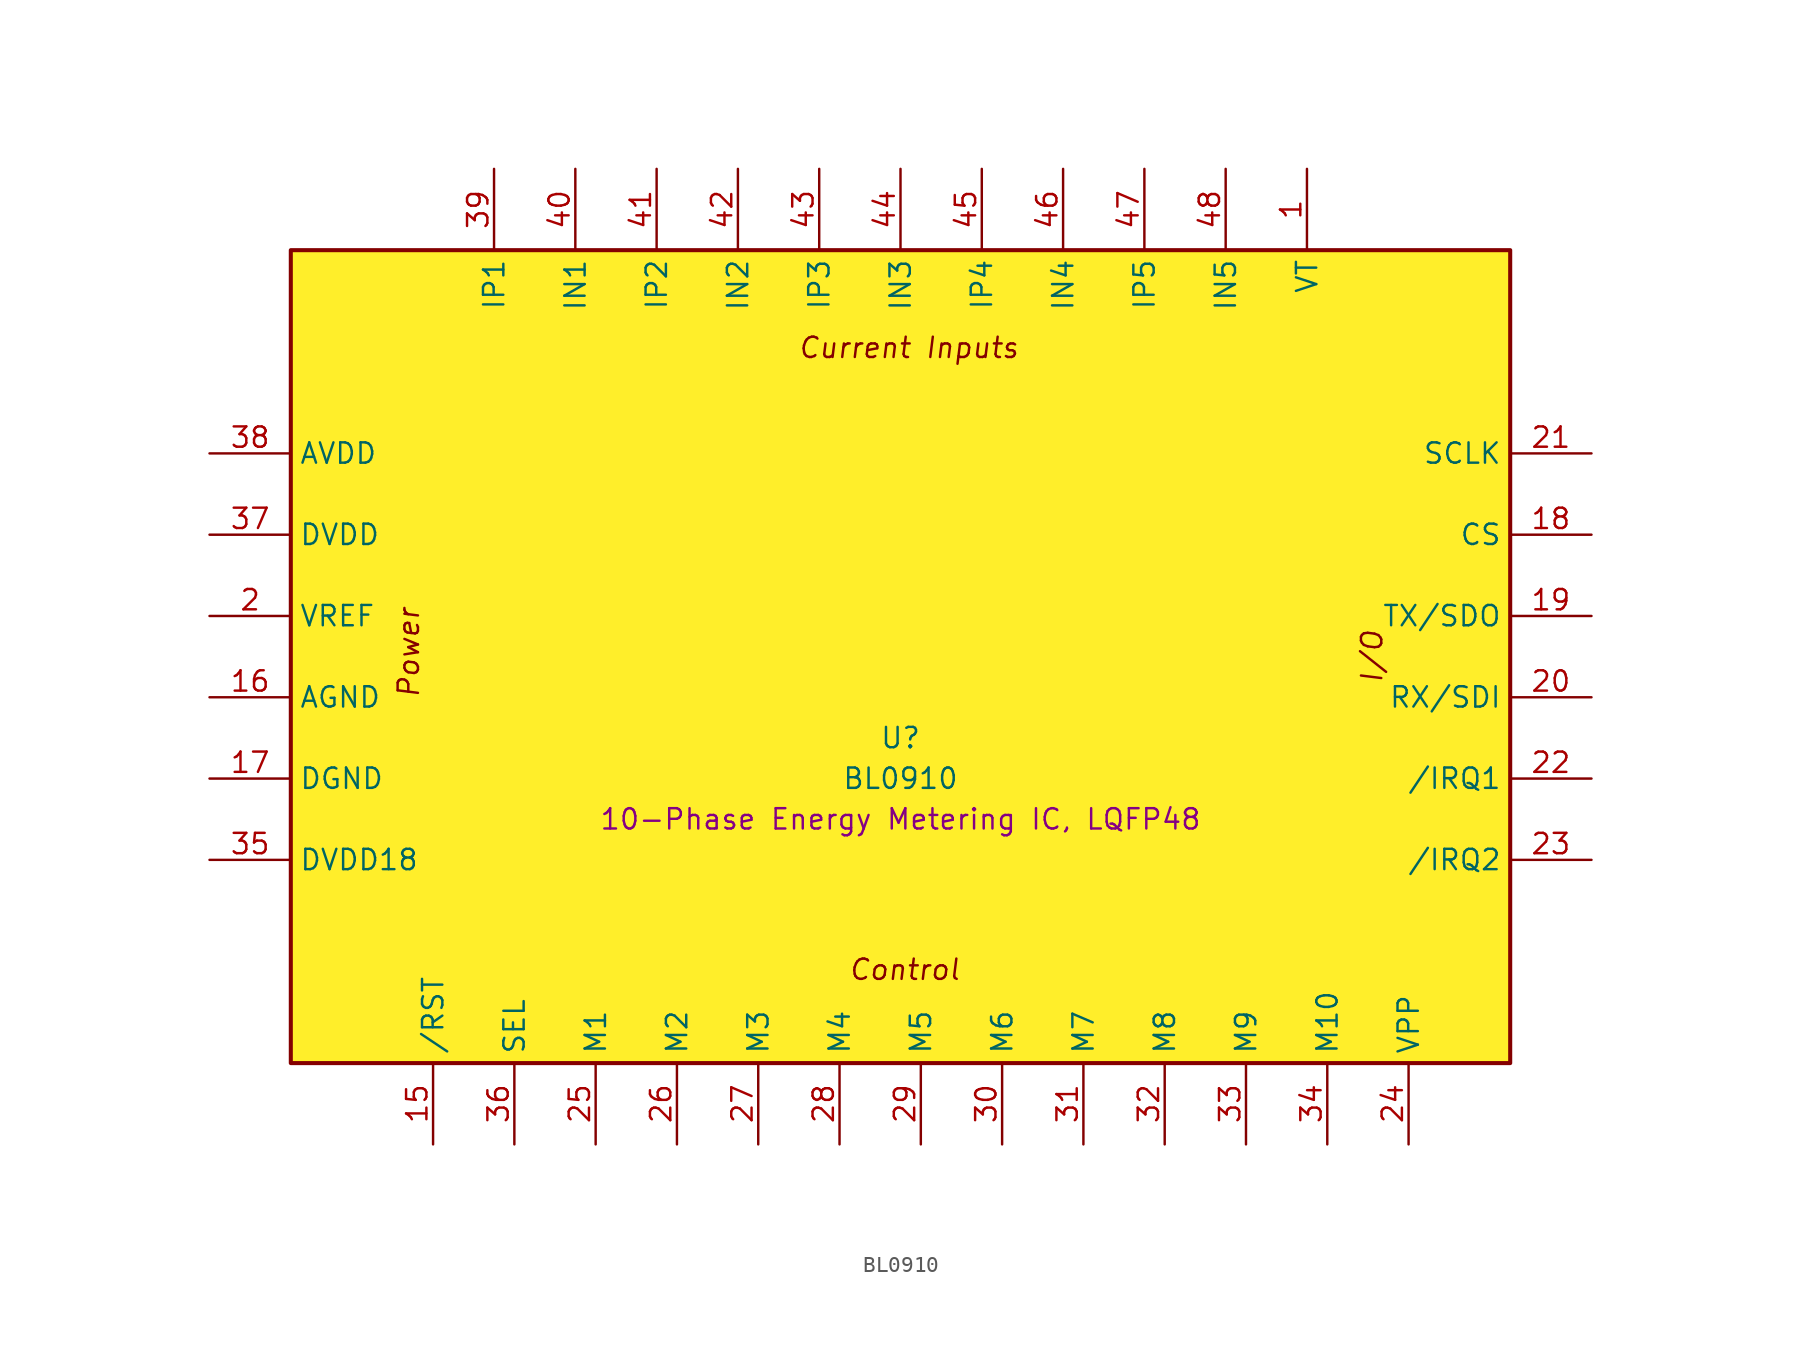
<source format=kicad_sym>
(kicad_symbol_lib
  (version 20241209)
  (generator "kicad_symbol_editor")
  (generator_version "9.0")
  (symbol "BL0910"
    (property "Reference" "U"
      (at 0 -5.08 0)
      (effects (font (size 1.27 1.27))))
    (property "Value" "BL0910"
      (at 0 -7.62 0)
      (effects (font (size 1.27 1.27))))
    (property "Description" "10-Phase Energy Metering IC, LQFP48"
      (at 0 -10.16 0)
      (effects (font (size 1.27 1.27))))
    (symbol "BL0910_0_1"
      (text "Power" (at -30.734 0.254 90) (effects (font (size 1.27 1.27) (italic yes))))
      (text "Control" (at 0.254 -19.558 0) (effects (font (size 1.27 1.27) (italic yes))))
      (text "Current Inputs" (at 0.508 19.304 0) (effects (font (size 1.27 1.27) (italic yes))))
      (text "I/O" (at 29.464 0 270) (effects (font (size 1.27 1.27) (italic yes))))
      (pin power_in line (at -43.18 12.7 0) (length 5.08) (name "AVDD" (effects (font (size 1.27 1.27)))) (number "38" (effects (font (size 1.27 1.27)))))
      (pin power_in line (at -43.18 7.62 0) (length 5.08) (name "DVDD" (effects (font (size 1.27 1.27)))) (number "37" (effects (font (size 1.27 1.27)))))
      (pin power_in line (at -43.18 2.54 0) (length 5.08) (name "VREF" (effects (font (size 1.27 1.27)))) (number "2" (effects (font (size 1.27 1.27)))))
      (pin power_out line (at -43.18 -2.54 0) (length 5.08) (name "AGND" (effects (font (size 1.27 1.27)))) (number "16" (effects (font (size 1.27 1.27)))))
      (pin power_out line (at -43.18 -7.62 0) (length 5.08) (name "DGND" (effects (font (size 1.27 1.27)))) (number "17" (effects (font (size 1.27 1.27)))))
      (pin power_in line (at -43.18 -12.7 0) (length 5.08) (name "DVDD18" (effects (font (size 1.27 1.27)))) (number "35" (effects (font (size 1.27 1.27)))))
      (pin input line (at -29.21 -30.48 90) (length 5.08) (name "/RST" (effects (font (size 1.27 1.27)))) (number "15" (effects (font (size 1.27 1.27)))))
      (pin passive line (at -25.4 30.48 270) (length 5.08) (name "IP1" (effects (font (size 1.27 1.27)))) (number "39" (effects (font (size 1.27 1.27)))))
      (pin input line (at -24.13 -30.48 90) (length 5.08) (name "SEL" (effects (font (size 1.27 1.27)))) (number "36" (effects (font (size 1.27 1.27)))))
      (pin passive line (at -20.32 30.48 270) (length 5.08) (name "IN1" (effects (font (size 1.27 1.27)))) (number "40" (effects (font (size 1.27 1.27)))))
      (pin output line (at -19.05 -30.48 90) (length 5.08) (name "M1" (effects (font (size 1.27 1.27)))) (number "25" (effects (font (size 1.27 1.27)))))
      (pin passive line (at -15.24 30.48 270) (length 5.08) (name "IP2" (effects (font (size 1.27 1.27)))) (number "41" (effects (font (size 1.27 1.27)))))
      (pin output line (at -13.97 -30.48 90) (length 5.08) (name "M2" (effects (font (size 1.27 1.27)))) (number "26" (effects (font (size 1.27 1.27)))))
      (pin passive line (at -10.16 30.48 270) (length 5.08) (name "IN2" (effects (font (size 1.27 1.27)))) (number "42" (effects (font (size 1.27 1.27)))))
      (pin output line (at -8.89 -30.48 90) (length 5.08) (name "M3" (effects (font (size 1.27 1.27)))) (number "27" (effects (font (size 1.27 1.27)))))
      (pin passive line (at -5.08 30.48 270) (length 5.08) (name "IP3" (effects (font (size 1.27 1.27)))) (number "43" (effects (font (size 1.27 1.27)))))
      (pin output line (at -3.81 -30.48 90) (length 5.08) (name "M4" (effects (font (size 1.27 1.27)))) (number "28" (effects (font (size 1.27 1.27)))))
      (pin passive line (at 0 30.48 270) (length 5.08) (name "IN3" (effects (font (size 1.27 1.27)))) (number "44" (effects (font (size 1.27 1.27)))))
      (pin output line (at 1.27 -30.48 90) (length 5.08) (name "M5" (effects (font (size 1.27 1.27)))) (number "29" (effects (font (size 1.27 1.27)))))
      (pin passive line (at 5.08 30.48 270) (length 5.08) (name "IP4" (effects (font (size 1.27 1.27)))) (number "45" (effects (font (size 1.27 1.27)))))
      (pin output line (at 6.35 -30.48 90) (length 5.08) (name "M6" (effects (font (size 1.27 1.27)))) (number "30" (effects (font (size 1.27 1.27)))))
      (pin passive line (at 10.16 30.48 270) (length 5.08) (name "IN4" (effects (font (size 1.27 1.27)))) (number "46" (effects (font (size 1.27 1.27)))))
      (pin output line (at 11.43 -30.48 90) (length 5.08) (name "M7" (effects (font (size 1.27 1.27)))) (number "31" (effects (font (size 1.27 1.27)))))
      (pin passive line (at 15.24 30.48 270) (length 5.08) (name "IP5" (effects (font (size 1.27 1.27)))) (number "47" (effects (font (size 1.27 1.27)))))
      (pin output line (at 16.51 -30.48 90) (length 5.08) (name "M8" (effects (font (size 1.27 1.27)))) (number "32" (effects (font (size 1.27 1.27)))))
      (pin passive line (at 20.32 30.48 270) (length 5.08) (name "IN5" (effects (font (size 1.27 1.27)))) (number "48" (effects (font (size 1.27 1.27)))))
      (pin output line (at 21.59 -30.48 90) (length 5.08) (name "M9" (effects (font (size 1.27 1.27)))) (number "33" (effects (font (size 1.27 1.27)))))
      (pin passive line (at 25.4 30.48 270) (length 5.08) (name "VT" (effects (font (size 1.27 1.27)))) (number "1" (effects (font (size 1.27 1.27)))))
      (pin output line (at 26.67 -30.48 90) (length 5.08) (name "M10" (effects (font (size 1.27 1.27)))) (number "34" (effects (font (size 1.27 1.27)))))
      (pin unspecified line (at 31.75 -30.48 90) (length 5.08) (name "VPP" (effects (font (size 1.27 1.27)))) (number "24" (effects (font (size 1.27 1.27)))))
      (pin input line (at 43.18 12.7 180) (length 5.08) (name "SCLK" (effects (font (size 1.27 1.27)))) (number "21" (effects (font (size 1.27 1.27)))))
      (pin input line (at 43.18 7.62 180) (length 5.08) (name "CS" (effects (font (size 1.27 1.27)))) (number "18" (effects (font (size 1.27 1.27)))))
      (pin output line (at 43.18 2.54 180) (length 5.08) (name "TX/SDO" (effects (font (size 1.27 1.27)))) (number "19" (effects (font (size 1.27 1.27)))))
      (pin input line (at 43.18 -2.54 180) (length 5.08) (name "RX/SDI" (effects (font (size 1.27 1.27)))) (number "20" (effects (font (size 1.27 1.27)))))
      (pin open_collector line (at 43.18 -7.62 180) (length 5.08) (name "/IRQ1" (effects (font (size 1.27 1.27)))) (number "22" (effects (font (size 1.27 1.27)))))
      (pin open_collector line (at 43.18 -12.7 180) (length 5.08) (name "/IRQ2" (effects (font (size 1.27 1.27)))) (number "23" (effects (font (size 1.27 1.27))))))
    (symbol "BL0910_1_1"
      (rectangle (start -38.1 25.4) (end 38.1 -25.4) (stroke (width 0.254) (type solid)) (fill (type color) (color 255 238 42 1))))))
</source>
